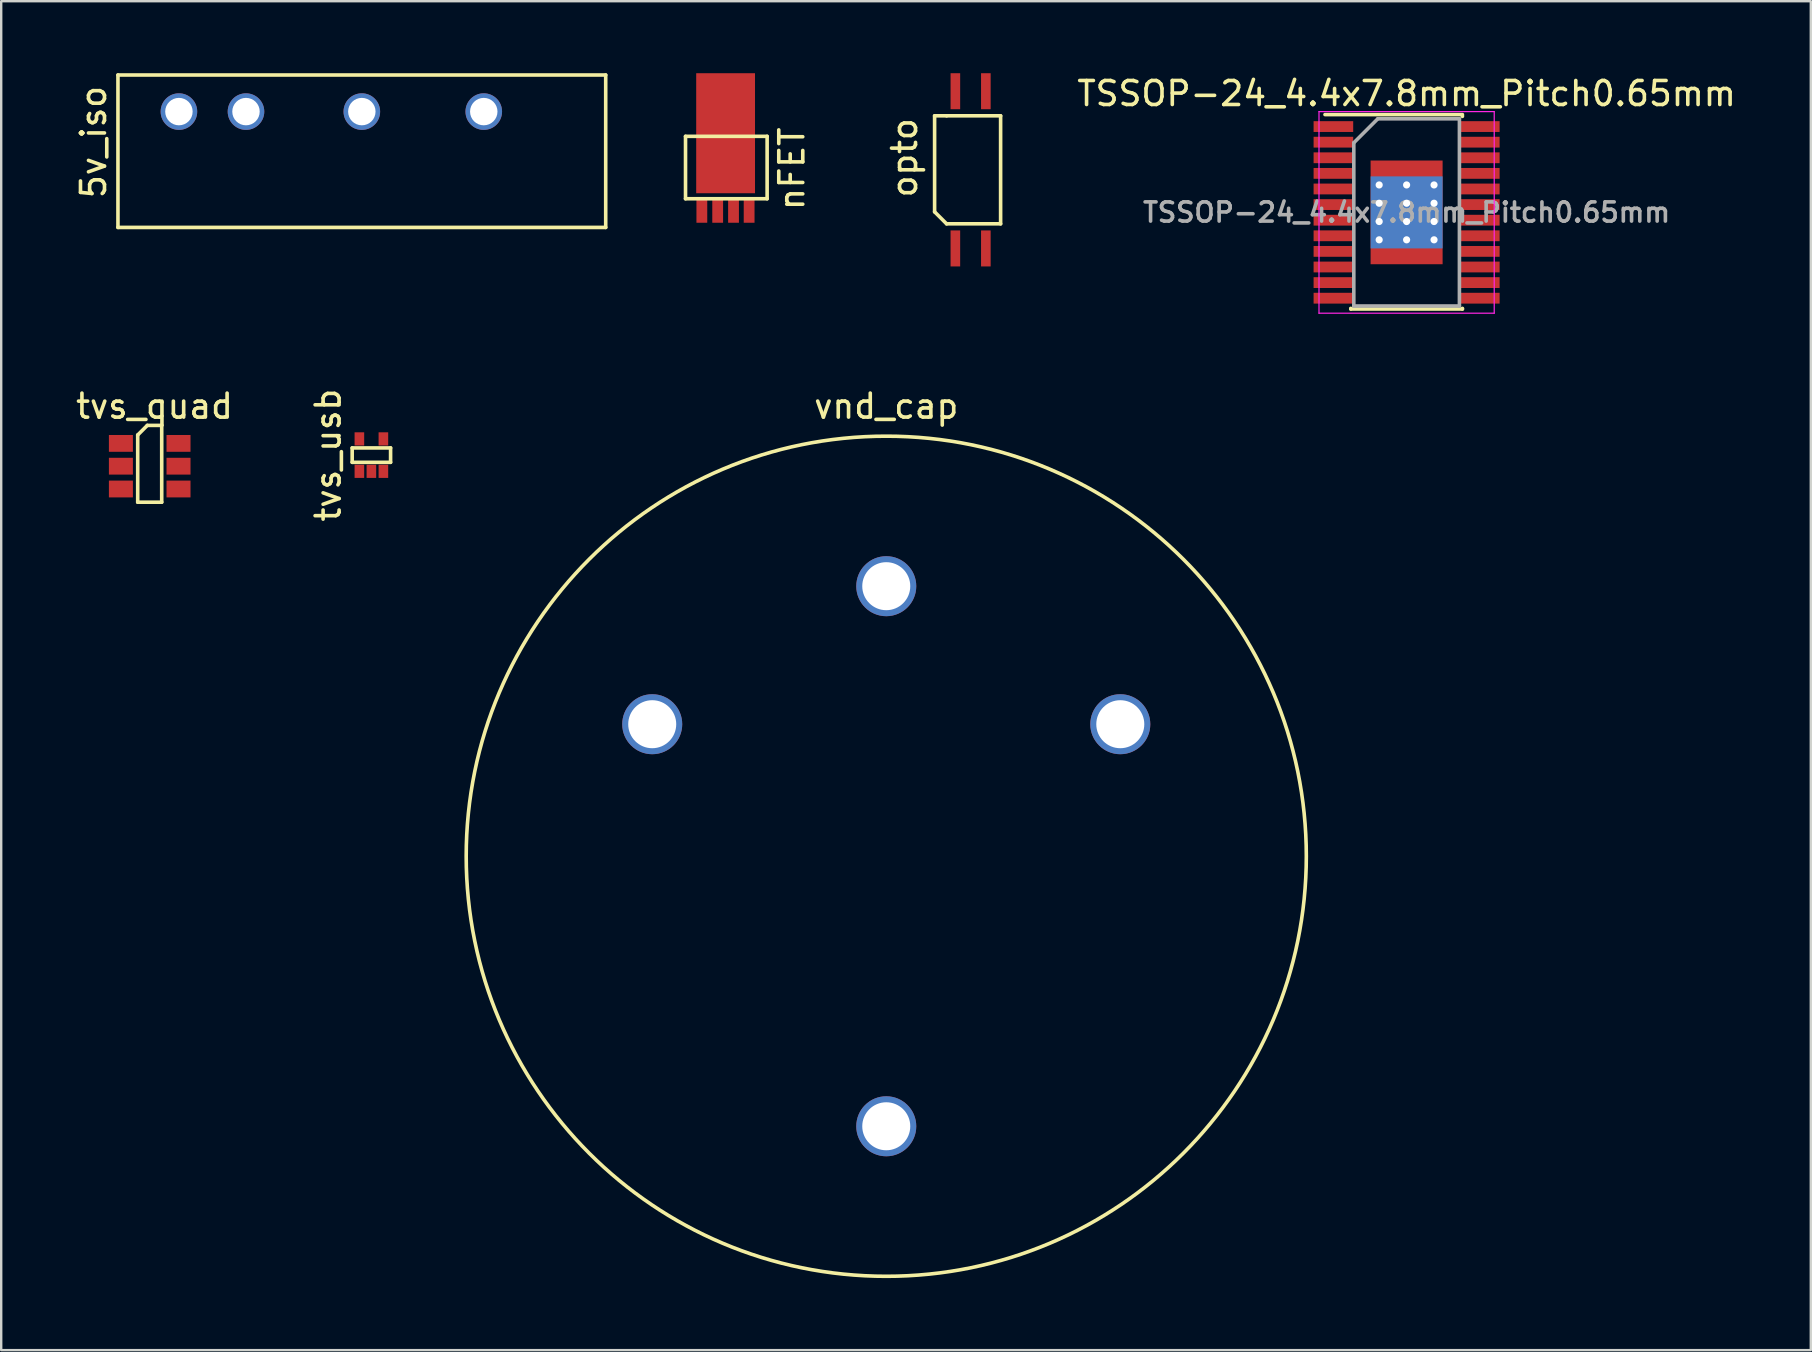
<source format=kicad_pcb>
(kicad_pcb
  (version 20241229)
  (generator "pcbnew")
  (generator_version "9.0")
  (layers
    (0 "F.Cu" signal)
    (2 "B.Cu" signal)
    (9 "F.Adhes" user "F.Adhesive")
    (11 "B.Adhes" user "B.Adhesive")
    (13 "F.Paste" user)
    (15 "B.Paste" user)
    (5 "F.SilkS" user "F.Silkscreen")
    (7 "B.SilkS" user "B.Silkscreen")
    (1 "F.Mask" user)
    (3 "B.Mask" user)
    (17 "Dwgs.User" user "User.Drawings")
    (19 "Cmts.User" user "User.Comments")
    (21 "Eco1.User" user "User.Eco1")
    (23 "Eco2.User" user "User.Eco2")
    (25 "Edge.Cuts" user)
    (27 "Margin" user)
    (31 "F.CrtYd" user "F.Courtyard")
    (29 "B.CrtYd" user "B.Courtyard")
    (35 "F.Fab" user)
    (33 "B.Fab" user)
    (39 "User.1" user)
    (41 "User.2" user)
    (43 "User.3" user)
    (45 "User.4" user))
  (footprint "tvs_quad"
    (layer "F.Cu")
    (at 3.187 16.372)
    (property "Reference" "tvs_quad" (at 0.2 -2.5 0) (layer "F.SilkS") (effects (font (size 1 1) (thickness 0.15))))
    (attr through_hole)
    (fp_line (start -0.5 -1.3) (end -0.1 -1.7) (stroke (width 0.15) (type solid)) (layer "F.SilkS"))
    (fp_line (start -0.5 1.5) (end -0.5 -1.3) (stroke (width 0.15) (type solid)) (layer "F.SilkS"))
    (fp_line (start -0.1 -1.7) (end 0.5 -1.7) (stroke (width 0.15) (type solid)) (layer "F.SilkS"))
    (fp_line (start 0.5 -1.7) (end 0.5 1.5) (stroke (width 0.15) (type solid)) (layer "F.SilkS"))
    (fp_line (start 0.5 1.5) (end -0.5 1.5) (stroke (width 0.15) (type solid)) (layer "F.SilkS"))
    (pad "1" smd rect (at -1.2 -0.95) (size 1 0.7) (layers "F.Cu" "F.Mask" "F.Paste"))
    (pad "2" smd rect (at -1.2 0) (size 1 0.7) (layers "F.Cu" "F.Mask" "F.Paste"))
    (pad "3" smd rect (at -1.2 0.95) (size 1 0.7) (layers "F.Cu" "F.Mask" "F.Paste"))
    (pad "4" smd rect (at 1.2 0.95) (size 1 0.7) (layers "F.Cu" "F.Mask" "F.Paste"))
    (pad "5" smd rect (at 1.2 0) (size 1 0.7) (layers "F.Cu" "F.Mask" "F.Paste"))
    (pad "6" smd rect (at 1.2 -0.95) (size 1 0.7) (layers "F.Cu" "F.Mask" "F.Paste")))
  (footprint "opto"
    (layer "F.Cu")
    (at 37.386 4.025)
    (property "Reference" "opto" (at -2.75 -0.5 90) (layer "F.SilkS") (effects (font (size 1 1) (thickness 0.15))))
    (attr through_hole)
    (fp_line (start -1.5 -2.25) (end -1 -2.25) (stroke (width 0.15) (type solid)) (layer "F.SilkS"))
    (fp_line (start -1.5 1.75) (end -1.5 -2.25) (stroke (width 0.15) (type solid)) (layer "F.SilkS"))
    (fp_line (start -1 -2.25) (end 1.25 -2.25) (stroke (width 0.15) (type solid)) (layer "F.SilkS"))
    (fp_line (start -1 2.25) (end -1.5 1.75) (stroke (width 0.15) (type solid)) (layer "F.SilkS"))
    (fp_line (start 1.25 -2.25) (end 1.25 2.25) (stroke (width 0.15) (type solid)) (layer "F.SilkS"))
    (fp_line (start 1.25 2.25) (end -1 2.25) (stroke (width 0.15) (type solid)) (layer "F.SilkS"))
    (pad "1" smd rect (at -0.635 3.275) (size 0.4 1.5) (layers "F.Cu" "F.Mask" "F.Paste"))
    (pad "2" smd rect (at 0.635 3.275) (size 0.4 1.5) (layers "F.Cu" "F.Mask" "F.Paste"))
    (pad "3" smd rect (at 0.635 -3.275) (size 0.4 1.5) (layers "F.Cu" "F.Mask" "F.Paste"))
    (pad "4" smd rect (at -0.635 -3.275) (size 0.4 1.5) (layers "F.Cu" "F.Mask" "F.Paste")))
  (footprint "TSSOP-24_4.4x7.8mm_Pitch0.65mm"
    (layer "F.Cu")
    (at 55.55 5.798)
    (property "Reference" "TSSOP-24_4.4x7.8mm_Pitch0.65mm" (at 0 -4.95 0) (layer "F.SilkS") (effects (font (size 1 1) (thickness 0.15))))
    (attr smd)
    (fp_line (start -3.4 -4.075) (end 2.325 -4.075) (stroke (width 0.15) (type solid)) (layer "F.SilkS"))
    (fp_line (start -2.325 4.025) (end -2.325 4) (stroke (width 0.15) (type solid)) (layer "F.SilkS"))
    (fp_line (start -2.325 4.025) (end 2.325 4.025) (stroke (width 0.15) (type solid)) (layer "F.SilkS"))
    (fp_line (start 2.325 -4.025) (end 2.325 -4) (stroke (width 0.15) (type solid)) (layer "F.SilkS"))
    (fp_line (start 2.325 4.025) (end 2.325 4) (stroke (width 0.15) (type solid)) (layer "F.SilkS"))
    (fp_line (start -3.65 -4.2) (end -3.65 4.2) (stroke (width 0.05) (type solid)) (layer "F.CrtYd"))
    (fp_line (start -3.65 -4.2) (end 3.65 -4.2) (stroke (width 0.05) (type solid)) (layer "F.CrtYd"))
    (fp_line (start -3.65 4.2) (end 3.65 4.2) (stroke (width 0.05) (type solid)) (layer "F.CrtYd"))
    (fp_line (start 3.65 -4.2) (end 3.65 4.2) (stroke (width 0.05) (type solid)) (layer "F.CrtYd"))
    (fp_line (start -2.2 -2.9) (end -1.2 -3.9) (stroke (width 0.15) (type solid)) (layer "F.Fab"))
    (fp_line (start -2.2 3.9) (end -2.2 -2.9) (stroke (width 0.15) (type solid)) (layer "F.Fab"))
    (fp_line (start -1.2 -3.9) (end 2.2 -3.9) (stroke (width 0.15) (type solid)) (layer "F.Fab"))
    (fp_line (start 2.2 -3.9) (end 2.2 3.9) (stroke (width 0.15) (type solid)) (layer "F.Fab"))
    (fp_line (start 2.2 3.9) (end -2.2 3.9) (stroke (width 0.15) (type solid)) (layer "F.Fab"))
    (fp_text user "${REFERENCE}" (at 0 0 0) (layer "F.Fab") (effects (font (size 0.8 0.8) (thickness 0.15))))
    (pad "1" smd rect (at -3.05 -3.575) (size 1.65 0.45) (layers "F.Cu" "F.Mask" "F.Paste"))
    (pad "2" smd rect (at -3.05 -2.925) (size 1.65 0.45) (layers "F.Cu" "F.Mask" "F.Paste"))
    (pad "3" smd rect (at -3.05 -2.275) (size 1.65 0.45) (layers "F.Cu" "F.Mask" "F.Paste"))
    (pad "4" smd rect (at -3.05 -1.625) (size 1.65 0.45) (layers "F.Cu" "F.Mask" "F.Paste"))
    (pad "5" smd rect (at -3.05 -0.975) (size 1.65 0.45) (layers "F.Cu" "F.Mask" "F.Paste"))
    (pad "6" smd rect (at -3.05 -0.325) (size 1.65 0.45) (layers "F.Cu" "F.Mask" "F.Paste"))
    (pad "7" smd rect (at -3.05 0.325) (size 1.65 0.45) (layers "F.Cu" "F.Mask" "F.Paste"))
    (pad "8" smd rect (at -3.05 0.975) (size 1.65 0.45) (layers "F.Cu" "F.Mask" "F.Paste"))
    (pad "9" smd rect (at -3.05 1.625) (size 1.65 0.45) (layers "F.Cu" "F.Mask" "F.Paste"))
    (pad "10" smd rect (at -3.05 2.275) (size 1.65 0.45) (layers "F.Cu" "F.Mask" "F.Paste"))
    (pad "11" smd rect (at -3.05 2.925) (size 1.65 0.45) (layers "F.Cu" "F.Mask" "F.Paste"))
    (pad "12" smd rect (at -3.05 3.575) (size 1.65 0.45) (layers "F.Cu" "F.Mask" "F.Paste"))
    (pad "13" smd rect (at 3.05 3.575) (size 1.65 0.45) (layers "F.Cu" "F.Mask" "F.Paste"))
    (pad "14" smd rect (at 3.05 2.925) (size 1.65 0.45) (layers "F.Cu" "F.Mask" "F.Paste"))
    (pad "15" smd rect (at 3.05 2.275) (size 1.65 0.45) (layers "F.Cu" "F.Mask" "F.Paste"))
    (pad "16" smd rect (at 3.05 1.625) (size 1.65 0.45) (layers "F.Cu" "F.Mask" "F.Paste"))
    (pad "17" smd rect (at 3.05 0.975) (size 1.65 0.45) (layers "F.Cu" "F.Mask" "F.Paste"))
    (pad "18" smd rect (at 3.05 0.325) (size 1.65 0.45) (layers "F.Cu" "F.Mask" "F.Paste"))
    (pad "19" smd rect (at 3.05 -0.325) (size 1.65 0.45) (layers "F.Cu" "F.Mask" "F.Paste"))
    (pad "20" smd rect (at 3.05 -0.975) (size 1.65 0.45) (layers "F.Cu" "F.Mask" "F.Paste"))
    (pad "21" smd rect (at 3.05 -1.625) (size 1.65 0.45) (layers "F.Cu" "F.Mask" "F.Paste"))
    (pad "22" smd rect (at 3.05 -2.275) (size 1.65 0.45) (layers "F.Cu" "F.Mask" "F.Paste"))
    (pad "23" smd rect (at 3.05 -2.925) (size 1.65 0.45) (layers "F.Cu" "F.Mask" "F.Paste"))
    (pad "24" smd rect (at 3.05 -3.575) (size 1.65 0.45) (layers "F.Cu" "F.Mask" "F.Paste"))
    (pad "25" thru_hole circle (at -1.143 -1.143) (size 0.5 0.5) (drill 0.3) (layers "*.Cu" "*.Mask"))
    (pad "25" thru_hole circle (at -1.143 -0.381) (size 0.5 0.5) (drill 0.3) (layers "*.Cu" "*.Mask"))
    (pad "25" thru_hole circle (at -1.143 0.381) (size 0.5 0.5) (drill 0.3) (layers "*.Cu" "*.Mask"))
    (pad "25" thru_hole circle (at -1.143 1.143) (size 0.5 0.5) (drill 0.3) (layers "*.Cu" "*.Mask"))
    (pad "25" thru_hole circle (at 0 -1.143) (size 0.5 0.5) (drill 0.3) (layers "*.Cu" "*.Mask"))
    (pad "25" thru_hole circle (at 0 -0.381) (size 0.5 0.5) (drill 0.3) (layers "*.Cu" "*.Mask"))
    (pad "25" smd rect (at 0 0) (size 3 3) (layers "B.Cu" "B.Mask" "B.Paste"))
    (pad "25" smd rect (at 0 0) (size 3 4.32) (layers "F.Cu" "F.Mask" "F.Paste"))
    (pad "25" thru_hole circle (at 0 0.381) (size 0.5 0.5) (drill 0.3) (layers "*.Cu" "*.Mask"))
    (pad "25" thru_hole circle (at 0 1.143) (size 0.5 0.5) (drill 0.3) (layers "*.Cu" "*.Mask"))
    (pad "25" thru_hole circle (at 1.143 -1.143) (size 0.5 0.5) (drill 0.3) (layers "*.Cu" "*.Mask"))
    (pad "25" thru_hole circle (at 1.143 -0.381) (size 0.5 0.5) (drill 0.3) (layers "*.Cu" "*.Mask"))
    (pad "25" thru_hole circle (at 1.143 0.381) (size 0.5 0.5) (drill 0.3) (layers "*.Cu" "*.Mask"))
    (pad "25" thru_hole circle (at 1.143 1.143) (size 0.5 0.5) (drill 0.3) (layers "*.Cu" "*.Mask")))
  (footprint "vnd_cap"
    (layer "F.Cu")
    (at 33.872 32.621)
    (property "Reference" "vnd_cap" (at 0 -18.75 0) (layer "F.SilkS") (effects (font (size 1 1) (thickness 0.15))))
    (attr through_hole)
    (fp_circle (center 0 0) (end 0 -17.5) (stroke (width 0.15) (type solid)) (fill no) (layer "F.SilkS"))
    (pad "1" thru_hole circle (at 0 -11.25) (size 2.5 2.5) (drill 2) (layers "*.Cu" "*.Mask"))
    (pad "2" thru_hole circle (at 0 11.25) (size 2.5 2.5) (drill 2) (layers "*.Cu" "*.Mask"))
    (pad "3" thru_hole circle (at 9.75 -5.5) (size 2.5 2.5) (drill 2) (layers "*.Cu" "*.Mask"))
    (pad "4" thru_hole circle (at -9.75 -5.5) (size 2.5 2.5) (drill 2) (layers "*.Cu" "*.Mask")))
  (footprint "nFET"
    (layer "F.Cu")
    (at 25.509 2.63)
    (property "Reference" "nFET" (at 4.43 1.35 90) (layer "F.SilkS") (effects (font (size 1 1) (thickness 0.15))))
    (attr through_hole)
    (fp_line (start 0 0) (end 3.4 0) (stroke (width 0.15) (type solid)) (layer "F.SilkS"))
    (fp_line (start 0 2.6) (end 0 0) (stroke (width 0.15) (type solid)) (layer "F.SilkS"))
    (fp_line (start 3.4 0) (end 3.4 2.6) (stroke (width 0.15) (type solid)) (layer "F.SilkS"))
    (fp_line (start 3.4 2.6) (end 0 2.6) (stroke (width 0.15) (type solid)) (layer "F.SilkS"))
    (pad "1" smd rect (at 0.68 3.1) (size 0.45 1) (layers "F.Cu" "F.Mask" "F.Paste"))
    (pad "2" smd rect (at 1.34 3.1) (size 0.45 1) (layers "F.Cu" "F.Mask" "F.Paste"))
    (pad "3" smd rect (at 2 3.1) (size 0.45 1) (layers "F.Cu" "F.Mask" "F.Paste"))
    (pad "4" smd rect (at 2.65 3.1) (size 0.45 1) (layers "F.Cu" "F.Mask" "F.Paste"))
    (pad "mb" smd rect (at 1.67 -0.13) (size 2.45 5) (layers "F.Cu" "F.Mask" "F.Paste")))
  (footprint "5v_iso"
    (layer "F.Cu")
    (at 12.024 4.139)
    (property "Reference" "5v_iso" (at -11.176 -1.27 90) (layer "F.SilkS") (effects (font (size 1 1) (thickness 0.15))))
    (attr through_hole)
    (fp_line (start -10.16 -4.064) (end 10.16 -4.064) (stroke (width 0.15) (type solid)) (layer "F.SilkS"))
    (fp_line (start -10.16 2.286) (end -10.16 -4.064) (stroke (width 0.15) (type solid)) (layer "F.SilkS"))
    (fp_line (start 10.16 -4.064) (end 10.16 2.286) (stroke (width 0.15) (type solid)) (layer "F.SilkS"))
    (fp_line (start 10.16 2.286) (end -10.16 2.286) (stroke (width 0.15) (type solid)) (layer "F.SilkS"))
    (pad "1" thru_hole circle (at -7.62 -2.54) (size 1.524 1.524) (drill 1.143) (layers "*.Cu" "*.Mask"))
    (pad "2" thru_hole circle (at -4.826 -2.54) (size 1.524 1.524) (drill 1.143) (layers "*.Cu" "*.Mask"))
    (pad "4" thru_hole circle (at 0 -2.54) (size 1.524 1.524) (drill 1.143) (layers "*.Cu" "*.Mask"))
    (pad "6" thru_hole circle (at 5.08 -2.54) (size 1.524 1.524) (drill 1.143) (layers "*.Cu" "*.Mask")))
  (footprint "tvs_usb"
    (layer "F.Cu")
    (at 12.422 15.91)
    (property "Reference" "tvs_usb" (at -1.8 0 90) (layer "F.SilkS") (effects (font (size 1 1) (thickness 0.15))))
    (attr through_hole)
    (fp_line (start -0.8 -0.3) (end 0.8 -0.3) (stroke (width 0.15) (type solid)) (layer "F.SilkS"))
    (fp_line (start -0.8 0.3) (end -0.8 -0.3) (stroke (width 0.15) (type solid)) (layer "F.SilkS"))
    (fp_line (start 0.8 -0.3) (end 0.8 0.3) (stroke (width 0.15) (type solid)) (layer "F.SilkS"))
    (fp_line (start 0.8 0.3) (end -0.8 0.3) (stroke (width 0.15) (type solid)) (layer "F.SilkS"))
    (pad "1" smd rect (at -0.5 0.675) (size 0.4 0.55) (layers "F.Cu" "F.Mask" "F.Paste"))
    (pad "2" smd rect (at 0 0.675) (size 0.4 0.55) (layers "F.Cu" "F.Mask" "F.Paste"))
    (pad "3" smd rect (at 0.5 0.675) (size 0.4 0.55) (layers "F.Cu" "F.Mask" "F.Paste"))
    (pad "4" smd rect (at 0.5 -0.675) (size 0.4 0.55) (layers "F.Cu" "F.Mask" "F.Paste"))
    (pad "5" smd rect (at -0.5 -0.675) (size 0.4 0.55) (layers "F.Cu" "F.Mask" "F.Paste")))
  (gr_rect
    (start -3 -3)
    (end 72.389 53.197)
    (stroke (width 0.1) (type default))
    (fill no)
    (layer "Edge.Cuts")))
</source>
